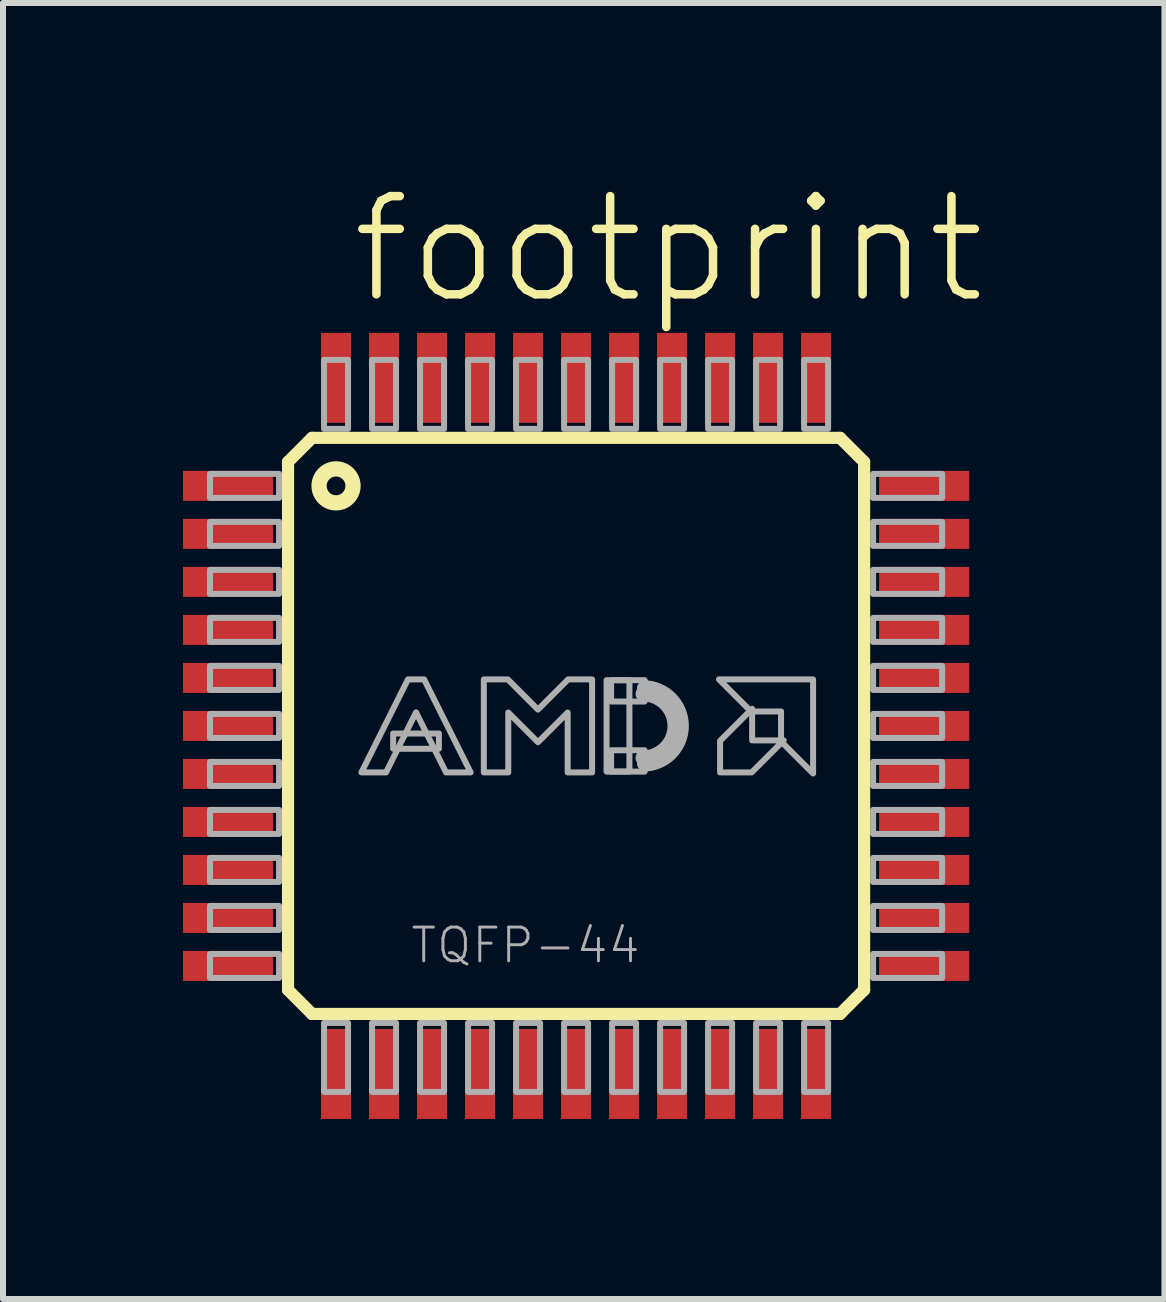
<source format=kicad_pcb>
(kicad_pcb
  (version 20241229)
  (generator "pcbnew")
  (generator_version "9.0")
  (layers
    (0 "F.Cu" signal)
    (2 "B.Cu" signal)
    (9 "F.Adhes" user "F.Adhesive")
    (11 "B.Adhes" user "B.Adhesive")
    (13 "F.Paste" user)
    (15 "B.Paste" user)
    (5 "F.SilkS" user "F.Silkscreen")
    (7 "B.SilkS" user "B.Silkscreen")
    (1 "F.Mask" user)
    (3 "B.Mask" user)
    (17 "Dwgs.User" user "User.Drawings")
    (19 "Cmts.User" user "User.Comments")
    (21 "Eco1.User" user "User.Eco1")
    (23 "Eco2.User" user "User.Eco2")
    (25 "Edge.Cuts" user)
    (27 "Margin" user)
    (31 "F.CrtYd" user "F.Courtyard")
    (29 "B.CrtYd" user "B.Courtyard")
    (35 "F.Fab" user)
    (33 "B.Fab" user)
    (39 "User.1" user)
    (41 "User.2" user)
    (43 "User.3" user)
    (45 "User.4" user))
  (footprint "footprint"
    (layer "F.Cu")
    (at 6.55 9.047)
    (property "Reference" "footprint" (at -3.81 -6.985 0) (layer "F.SilkS") (effects (font (size 1.636 1.636) (thickness 0.142)) (justify left bottom)))
    (fp_line (start -4.8 -4.4) (end -4.4 -4.8) (stroke (width 0.203) (type solid)) (layer "F.SilkS"))
    (fp_line (start -4.8 4.4) (end -4.8 -4.4) (stroke (width 0.203) (type solid)) (layer "F.SilkS"))
    (fp_line (start -4.4 -4.8) (end 4.4 -4.8) (stroke (width 0.203) (type solid)) (layer "F.SilkS"))
    (fp_line (start -4.4 4.8) (end -4.8 4.4) (stroke (width 0.203) (type solid)) (layer "F.SilkS"))
    (fp_line (start 4.4 -4.8) (end 4.8 -4.4) (stroke (width 0.203) (type solid)) (layer "F.SilkS"))
    (fp_line (start 4.4 4.8) (end -4.4 4.8) (stroke (width 0.203) (type solid)) (layer "F.SilkS"))
    (fp_line (start 4.8 -4.4) (end 4.8 4.4) (stroke (width 0.203) (type solid)) (layer "F.SilkS"))
    (fp_line (start 4.8 4.4) (end 4.4 4.8) (stroke (width 0.203) (type solid)) (layer "F.SilkS"))
    (fp_circle (center -4 -4) (end -3.717 -4) (stroke (width 0.254) (type solid)) (fill no) (layer "F.SilkS"))
    (fp_arc (start 1.1176 -0.7366) (mid 1.8542 0) (end 1.1176 0.7366) (stroke (width 0.0508) (type solid)) (layer "F.Fab"))
    (fp_arc (start 1.1176 -0.635) (mid 1.7526 0) (end 1.1176 0.635) (stroke (width 0.2032) (type solid)) (layer "F.Fab"))
    (fp_arc (start 1.1176 -0.5334) (mid 1.651 0) (end 1.1176 0.5334) (stroke (width 0.254) (type solid)) (layer "F.Fab"))
    (fp_poly (pts (xy -6.1 -3.8) (xy -4.95 -3.8) (xy -4.95 -4.2) (xy -6.1 -4.2)) (stroke (width 0.1) (type solid)) (fill no) (layer "F.Fab"))
    (fp_poly (pts (xy -6.1 -3) (xy -4.95 -3) (xy -4.95 -3.4) (xy -6.1 -3.4)) (stroke (width 0.1) (type solid)) (fill no) (layer "F.Fab"))
    (fp_poly (pts (xy -6.1 -2.2) (xy -4.95 -2.2) (xy -4.95 -2.6) (xy -6.1 -2.6)) (stroke (width 0.1) (type solid)) (fill no) (layer "F.Fab"))
    (fp_poly (pts (xy -6.1 -1.4) (xy -4.95 -1.4) (xy -4.95 -1.8) (xy -6.1 -1.8)) (stroke (width 0.1) (type solid)) (fill no) (layer "F.Fab"))
    (fp_poly (pts (xy -6.1 -0.6) (xy -4.95 -0.6) (xy -4.95 -1) (xy -6.1 -1)) (stroke (width 0.1) (type solid)) (fill no) (layer "F.Fab"))
    (fp_poly (pts (xy -6.1 0.2) (xy -4.95 0.2) (xy -4.95 -0.2) (xy -6.1 -0.2)) (stroke (width 0.1) (type solid)) (fill no) (layer "F.Fab"))
    (fp_poly (pts (xy -6.1 1) (xy -4.95 1) (xy -4.95 0.6) (xy -6.1 0.6)) (stroke (width 0.1) (type solid)) (fill no) (layer "F.Fab"))
    (fp_poly (pts (xy -6.1 1.8) (xy -4.95 1.8) (xy -4.95 1.4) (xy -6.1 1.4)) (stroke (width 0.1) (type solid)) (fill no) (layer "F.Fab"))
    (fp_poly (pts (xy -6.1 2.6) (xy -4.95 2.6) (xy -4.95 2.2) (xy -6.1 2.2)) (stroke (width 0.1) (type solid)) (fill no) (layer "F.Fab"))
    (fp_poly (pts (xy -6.1 3.4) (xy -4.95 3.4) (xy -4.95 3) (xy -6.1 3)) (stroke (width 0.1) (type solid)) (fill no) (layer "F.Fab"))
    (fp_poly (pts (xy -6.1 4.2) (xy -4.95 4.2) (xy -4.95 3.8) (xy -6.1 3.8)) (stroke (width 0.1) (type solid)) (fill no) (layer "F.Fab"))
    (fp_poly (pts (xy -4.2 -4.95) (xy -3.8 -4.95) (xy -3.8 -6.1) (xy -4.2 -6.1)) (stroke (width 0.1) (type solid)) (fill no) (layer "F.Fab"))
    (fp_poly (pts (xy -4.2 6.1) (xy -3.8 6.1) (xy -3.8 4.95) (xy -4.2 4.95)) (stroke (width 0.1) (type solid)) (fill no) (layer "F.Fab"))
    (fp_poly (pts (xy -3.4 -4.95) (xy -3 -4.95) (xy -3 -6.1) (xy -3.4 -6.1)) (stroke (width 0.1) (type solid)) (fill no) (layer "F.Fab"))
    (fp_poly (pts (xy -3.4 6.1) (xy -3 6.1) (xy -3 4.95) (xy -3.4 4.95)) (stroke (width 0.1) (type solid)) (fill no) (layer "F.Fab"))
    (fp_poly (pts (xy -3.048 0.381) (xy -2.286 0.381) (xy -2.286 0.127) (xy -3.048 0.127)) (stroke (width 0.1) (type solid)) (fill no) (layer "F.Fab"))
    (fp_poly (pts (xy -2.6 -4.95) (xy -2.2 -4.95) (xy -2.2 -6.1) (xy -2.6 -6.1)) (stroke (width 0.1) (type solid)) (fill no) (layer "F.Fab"))
    (fp_poly (pts (xy -2.6 6.1) (xy -2.2 6.1) (xy -2.2 4.95) (xy -2.6 4.95)) (stroke (width 0.1) (type solid)) (fill no) (layer "F.Fab"))
    (fp_poly (pts (xy -1.8 -4.95) (xy -1.4 -4.95) (xy -1.4 -6.1) (xy -1.8 -6.1)) (stroke (width 0.1) (type solid)) (fill no) (layer "F.Fab"))
    (fp_poly (pts (xy -1.8 6.1) (xy -1.4 6.1) (xy -1.4 4.95) (xy -1.8 4.95)) (stroke (width 0.1) (type solid)) (fill no) (layer "F.Fab"))
    (fp_poly (pts (xy -1 -4.95) (xy -0.6 -4.95) (xy -0.6 -6.1) (xy -1 -6.1)) (stroke (width 0.1) (type solid)) (fill no) (layer "F.Fab"))
    (fp_poly (pts (xy -1 6.1) (xy -0.6 6.1) (xy -0.6 4.95) (xy -1 4.95)) (stroke (width 0.1) (type solid)) (fill no) (layer "F.Fab"))
    (fp_poly (pts (xy -0.2 -4.95) (xy 0.2 -4.95) (xy 0.2 -6.1) (xy -0.2 -6.1)) (stroke (width 0.1) (type solid)) (fill no) (layer "F.Fab"))
    (fp_poly (pts (xy -0.2 6.1) (xy 0.2 6.1) (xy 0.2 4.95) (xy -0.2 4.95)) (stroke (width 0.1) (type solid)) (fill no) (layer "F.Fab"))
    (fp_poly (pts (xy 0.508 0.762) (xy 0.889 0.762) (xy 0.889 -0.762) (xy 0.508 -0.762)) (stroke (width 0.1) (type solid)) (fill no) (layer "F.Fab"))
    (fp_poly (pts (xy 0.584 -0.406) (xy 1.143 -0.406) (xy 1.143 -0.762) (xy 0.584 -0.762)) (stroke (width 0.1) (type solid)) (fill no) (layer "F.Fab"))
    (fp_poly (pts (xy 0.584 0.762) (xy 1.143 0.762) (xy 1.143 0.406) (xy 0.584 0.406)) (stroke (width 0.1) (type solid)) (fill no) (layer "F.Fab"))
    (fp_poly (pts (xy 0.6 -4.95) (xy 1 -4.95) (xy 1 -6.1) (xy 0.6 -6.1)) (stroke (width 0.1) (type solid)) (fill no) (layer "F.Fab"))
    (fp_poly (pts (xy 0.6 6.1) (xy 1 6.1) (xy 1 4.95) (xy 0.6 4.95)) (stroke (width 0.1) (type solid)) (fill no) (layer "F.Fab"))
    (fp_poly (pts (xy 1.4 -4.95) (xy 1.8 -4.95) (xy 1.8 -6.1) (xy 1.4 -6.1)) (stroke (width 0.1) (type solid)) (fill no) (layer "F.Fab"))
    (fp_poly (pts (xy 1.4 6.1) (xy 1.8 6.1) (xy 1.8 4.95) (xy 1.4 4.95)) (stroke (width 0.1) (type solid)) (fill no) (layer "F.Fab"))
    (fp_poly (pts (xy 2.2 -4.95) (xy 2.6 -4.95) (xy 2.6 -6.1) (xy 2.2 -6.1)) (stroke (width 0.1) (type solid)) (fill no) (layer "F.Fab"))
    (fp_poly (pts (xy 2.2 6.1) (xy 2.6 6.1) (xy 2.6 4.95) (xy 2.2 4.95)) (stroke (width 0.1) (type solid)) (fill no) (layer "F.Fab"))
    (fp_poly (pts (xy 3 -4.95) (xy 3.4 -4.95) (xy 3.4 -6.1) (xy 3 -6.1)) (stroke (width 0.1) (type solid)) (fill no) (layer "F.Fab"))
    (fp_poly (pts (xy 3 6.1) (xy 3.4 6.1) (xy 3.4 4.95) (xy 3 4.95)) (stroke (width 0.1) (type solid)) (fill no) (layer "F.Fab"))
    (fp_poly (pts (xy 3.8 -4.95) (xy 4.2 -4.95) (xy 4.2 -6.1) (xy 3.8 -6.1)) (stroke (width 0.1) (type solid)) (fill no) (layer "F.Fab"))
    (fp_poly (pts (xy 3.8 6.1) (xy 4.2 6.1) (xy 4.2 4.95) (xy 3.8 4.95)) (stroke (width 0.1) (type solid)) (fill no) (layer "F.Fab"))
    (fp_poly (pts (xy 4.95 -3.8) (xy 6.1 -3.8) (xy 6.1 -4.2) (xy 4.95 -4.2)) (stroke (width 0.1) (type solid)) (fill no) (layer "F.Fab"))
    (fp_poly (pts (xy 4.95 -3) (xy 6.1 -3) (xy 6.1 -3.4) (xy 4.95 -3.4)) (stroke (width 0.1) (type solid)) (fill no) (layer "F.Fab"))
    (fp_poly (pts (xy 4.95 -2.2) (xy 6.1 -2.2) (xy 6.1 -2.6) (xy 4.95 -2.6)) (stroke (width 0.1) (type solid)) (fill no) (layer "F.Fab"))
    (fp_poly (pts (xy 4.95 -1.4) (xy 6.1 -1.4) (xy 6.1 -1.8) (xy 4.95 -1.8)) (stroke (width 0.1) (type solid)) (fill no) (layer "F.Fab"))
    (fp_poly (pts (xy 4.95 -0.6) (xy 6.1 -0.6) (xy 6.1 -1) (xy 4.95 -1)) (stroke (width 0.1) (type solid)) (fill no) (layer "F.Fab"))
    (fp_poly (pts (xy 4.95 0.2) (xy 6.1 0.2) (xy 6.1 -0.2) (xy 4.95 -0.2)) (stroke (width 0.1) (type solid)) (fill no) (layer "F.Fab"))
    (fp_poly (pts (xy 4.95 1) (xy 6.1 1) (xy 6.1 0.6) (xy 4.95 0.6)) (stroke (width 0.1) (type solid)) (fill no) (layer "F.Fab"))
    (fp_poly (pts (xy 4.95 1.8) (xy 6.1 1.8) (xy 6.1 1.4) (xy 4.95 1.4)) (stroke (width 0.1) (type solid)) (fill no) (layer "F.Fab"))
    (fp_poly (pts (xy 4.95 2.6) (xy 6.1 2.6) (xy 6.1 2.2) (xy 4.95 2.2)) (stroke (width 0.1) (type solid)) (fill no) (layer "F.Fab"))
    (fp_poly (pts (xy 4.95 3.4) (xy 6.1 3.4) (xy 6.1 3) (xy 4.95 3)) (stroke (width 0.1) (type solid)) (fill no) (layer "F.Fab"))
    (fp_poly (pts (xy 4.95 4.2) (xy 6.1 4.2) (xy 6.1 3.8) (xy 4.95 3.8)) (stroke (width 0.1) (type solid)) (fill no) (layer "F.Fab"))
    (fp_poly (pts (xy 2.934 0.241) (xy 3.46 0.241) (xy 2.926 0.775) (xy 2.4 0.775) (xy 2.4 0.249) (xy 2.934 -0.285)) (stroke (width 0.1) (type solid)) (fill no) (layer "F.Fab"))
    (fp_poly (pts (xy 3.95 0.793) (xy 3.416 0.259) (xy 3.416 -0.241) (xy 2.916 -0.241) (xy 2.382 -0.775) (xy 3.95 -0.775)) (stroke (width 0.1) (type solid)) (fill no) (layer "F.Fab"))
    (fp_poly (pts (xy -1.757 0.775) (xy -2.167 0.775) (xy -2.667 -0.226) (xy -3.167 0.775) (xy -3.577 0.775) (xy -2.802 -0.775) (xy -2.532 -0.775)) (stroke (width 0.1) (type solid)) (fill no) (layer "F.Fab"))
    (fp_poly (pts (xy -0.635 -0.272) (xy -0.132 -0.775) (xy 0.267 -0.775) (xy 0.267 0.775) (xy -0.14 0.775) (xy -0.14 -0.223) (xy -0.635 0.272) (xy -1.13 -0.223) (xy -1.13 0.775) (xy -1.537 0.775) (xy -1.537 -0.775) (xy -1.138 -0.775)) (stroke (width 0.1) (type solid)) (fill no) (layer "F.Fab"))
    (fp_text user "TQFP-44" (at -2.785 3.985 0) (layer "F.Fab") (effects (font (size 0.561 0.561) (thickness 0.049)) (justify left bottom)))
    (pad "1" smd rect (at -5.8 -4) (size 1.5 0.5) (layers "F.Cu" "F.Mask" "F.Paste"))
    (pad "2" smd rect (at -5.8 -3.2) (size 1.5 0.5) (layers "F.Cu" "F.Mask" "F.Paste"))
    (pad "3" smd rect (at -5.8 -2.4) (size 1.5 0.5) (layers "F.Cu" "F.Mask" "F.Paste"))
    (pad "4" smd rect (at -5.8 -1.6) (size 1.5 0.5) (layers "F.Cu" "F.Mask" "F.Paste"))
    (pad "5" smd rect (at -5.8 -0.8) (size 1.5 0.5) (layers "F.Cu" "F.Mask" "F.Paste"))
    (pad "6" smd rect (at -5.8 0) (size 1.5 0.5) (layers "F.Cu" "F.Mask" "F.Paste"))
    (pad "7" smd rect (at -5.8 0.8) (size 1.5 0.5) (layers "F.Cu" "F.Mask" "F.Paste"))
    (pad "8" smd rect (at -5.8 1.6) (size 1.5 0.5) (layers "F.Cu" "F.Mask" "F.Paste"))
    (pad "9" smd rect (at -5.8 2.4) (size 1.5 0.5) (layers "F.Cu" "F.Mask" "F.Paste"))
    (pad "10" smd rect (at -5.8 3.2) (size 1.5 0.5) (layers "F.Cu" "F.Mask" "F.Paste"))
    (pad "11" smd rect (at -5.8 4) (size 1.5 0.5) (layers "F.Cu" "F.Mask" "F.Paste"))
    (pad "12" smd rect (at -4 5.8) (size 0.5 1.5) (layers "F.Cu" "F.Mask" "F.Paste"))
    (pad "13" smd rect (at -3.2 5.8) (size 0.5 1.5) (layers "F.Cu" "F.Mask" "F.Paste"))
    (pad "14" smd rect (at -2.4 5.8) (size 0.5 1.5) (layers "F.Cu" "F.Mask" "F.Paste"))
    (pad "15" smd rect (at -1.6 5.8) (size 0.5 1.5) (layers "F.Cu" "F.Mask" "F.Paste"))
    (pad "16" smd rect (at -0.8 5.8) (size 0.5 1.5) (layers "F.Cu" "F.Mask" "F.Paste"))
    (pad "17" smd rect (at 0 5.8) (size 0.5 1.5) (layers "F.Cu" "F.Mask" "F.Paste"))
    (pad "18" smd rect (at 0.8 5.8) (size 0.5 1.5) (layers "F.Cu" "F.Mask" "F.Paste"))
    (pad "19" smd rect (at 1.6 5.8) (size 0.5 1.5) (layers "F.Cu" "F.Mask" "F.Paste"))
    (pad "20" smd rect (at 2.4 5.8) (size 0.5 1.5) (layers "F.Cu" "F.Mask" "F.Paste"))
    (pad "21" smd rect (at 3.2 5.8) (size 0.5 1.5) (layers "F.Cu" "F.Mask" "F.Paste"))
    (pad "22" smd rect (at 4 5.8) (size 0.5 1.5) (layers "F.Cu" "F.Mask" "F.Paste"))
    (pad "23" smd rect (at 5.8 4) (size 1.5 0.5) (layers "F.Cu" "F.Mask" "F.Paste"))
    (pad "24" smd rect (at 5.8 3.2) (size 1.5 0.5) (layers "F.Cu" "F.Mask" "F.Paste"))
    (pad "25" smd rect (at 5.8 2.4) (size 1.5 0.5) (layers "F.Cu" "F.Mask" "F.Paste"))
    (pad "26" smd rect (at 5.8 1.6) (size 1.5 0.5) (layers "F.Cu" "F.Mask" "F.Paste"))
    (pad "27" smd rect (at 5.8 0.8) (size 1.5 0.5) (layers "F.Cu" "F.Mask" "F.Paste"))
    (pad "28" smd rect (at 5.8 0) (size 1.5 0.5) (layers "F.Cu" "F.Mask" "F.Paste"))
    (pad "29" smd rect (at 5.8 -0.8) (size 1.5 0.5) (layers "F.Cu" "F.Mask" "F.Paste"))
    (pad "30" smd rect (at 5.8 -1.6) (size 1.5 0.5) (layers "F.Cu" "F.Mask" "F.Paste"))
    (pad "31" smd rect (at 5.8 -2.4) (size 1.5 0.5) (layers "F.Cu" "F.Mask" "F.Paste"))
    (pad "32" smd rect (at 5.8 -3.2) (size 1.5 0.5) (layers "F.Cu" "F.Mask" "F.Paste"))
    (pad "33" smd rect (at 5.8 -4) (size 1.5 0.5) (layers "F.Cu" "F.Mask" "F.Paste"))
    (pad "34" smd rect (at 4 -5.8) (size 0.5 1.5) (layers "F.Cu" "F.Mask" "F.Paste"))
    (pad "35" smd rect (at 3.2 -5.8) (size 0.5 1.5) (layers "F.Cu" "F.Mask" "F.Paste"))
    (pad "36" smd rect (at 2.4 -5.8) (size 0.5 1.5) (layers "F.Cu" "F.Mask" "F.Paste"))
    (pad "37" smd rect (at 1.6 -5.8) (size 0.5 1.5) (layers "F.Cu" "F.Mask" "F.Paste"))
    (pad "38" smd rect (at 0.8 -5.8) (size 0.5 1.5) (layers "F.Cu" "F.Mask" "F.Paste"))
    (pad "39" smd rect (at 0 -5.8) (size 0.5 1.5) (layers "F.Cu" "F.Mask" "F.Paste"))
    (pad "40" smd rect (at -0.8 -5.8) (size 0.5 1.5) (layers "F.Cu" "F.Mask" "F.Paste"))
    (pad "41" smd rect (at -1.6 -5.8) (size 0.5 1.5) (layers "F.Cu" "F.Mask" "F.Paste"))
    (pad "42" smd rect (at -2.4 -5.8) (size 0.5 1.5) (layers "F.Cu" "F.Mask" "F.Paste"))
    (pad "43" smd rect (at -3.2 -5.8) (size 0.5 1.5) (layers "F.Cu" "F.Mask" "F.Paste"))
    (pad "44" smd rect (at -4 -5.8) (size 0.5 1.5) (layers "F.Cu" "F.Mask" "F.Paste")))
  (gr_rect
    (start -3 -3)
    (end 16.355 18.597)
    (stroke (width 0.1) (type default))
    (fill no)
    (layer "Edge.Cuts")))
</source>
